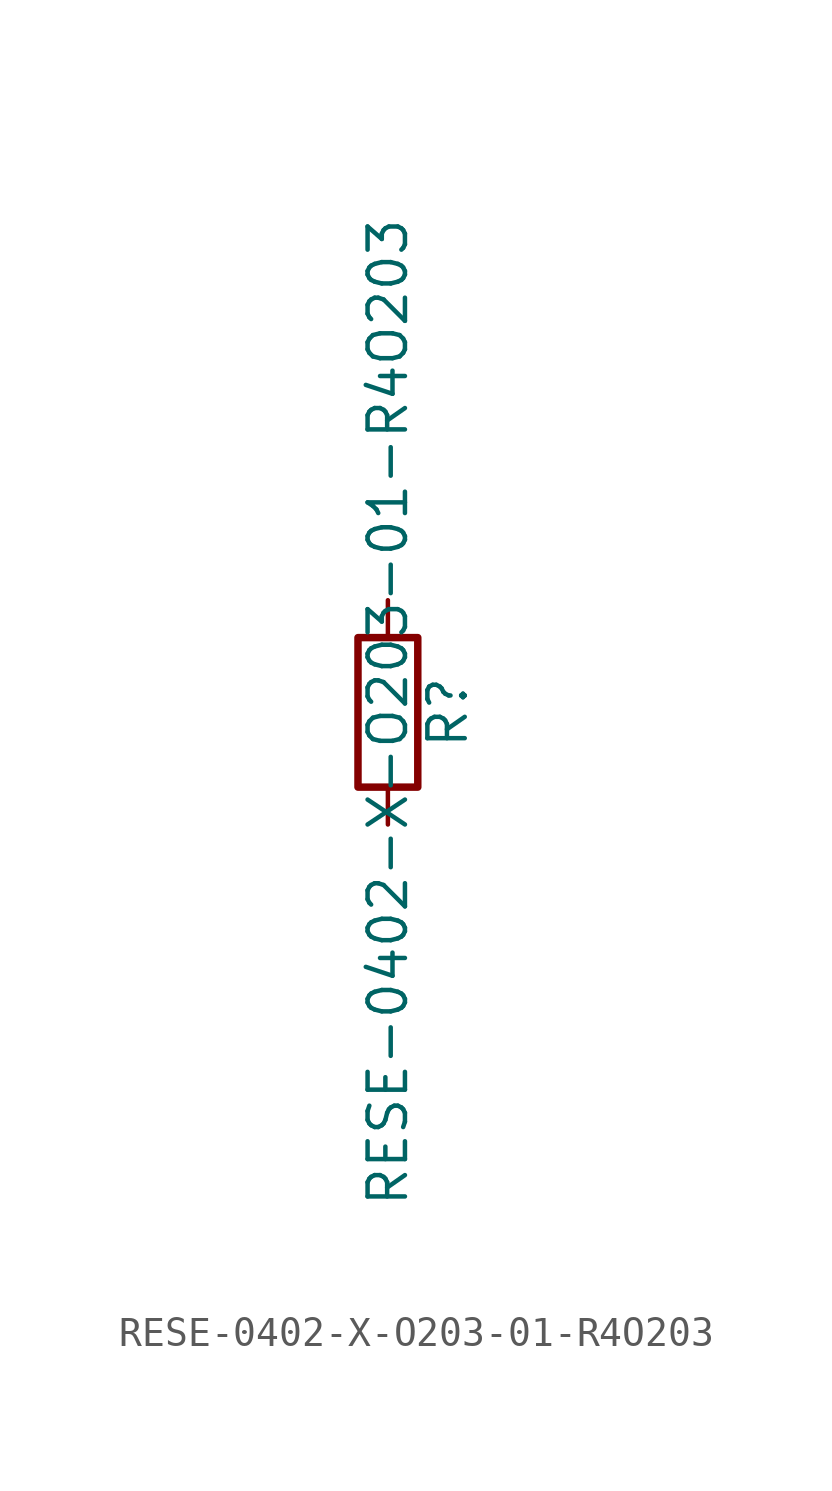
<source format=kicad_sym>
(kicad_symbol_lib
  (version 20211014)
  (generator kicad_symbol_editor)
  (symbol "RESE-0402-X-O203-01-R4O203"
    (pin_numbers hide)
    (pin_names
      (offset 0))
    (property "Reference" "R"
      (at 2.032 0 90)
      (effects (font (size 1.27 1.27))))
    (property "Value" "RESE-0402-X-O203-01-R4O203"
      (at 0 0 90)
      (effects (font (size 1.27 1.27))))
    (symbol "RESE-0402-X-O203-01-R4O203_0_1"
      (rectangle (start -1.016 -2.54) (end 1.016 2.54) (stroke (width 0.254) (type default) (color 0 0 0 0)) (fill (type none))))
    (symbol "RESE-0402-X-O203-01-R4O203_1_1"
      (pin passive line (at 0 3.81 270) (length 1.27) (name "~" (effects (font (size 1.27 1.27)))) (number "1" (effects (font (size 1.27 1.27)))))
      (pin passive line (at 0 -3.81 90) (length 1.27) (name "~" (effects (font (size 1.27 1.27)))) (number "2" (effects (font (size 1.27 1.27))))))))
</source>
